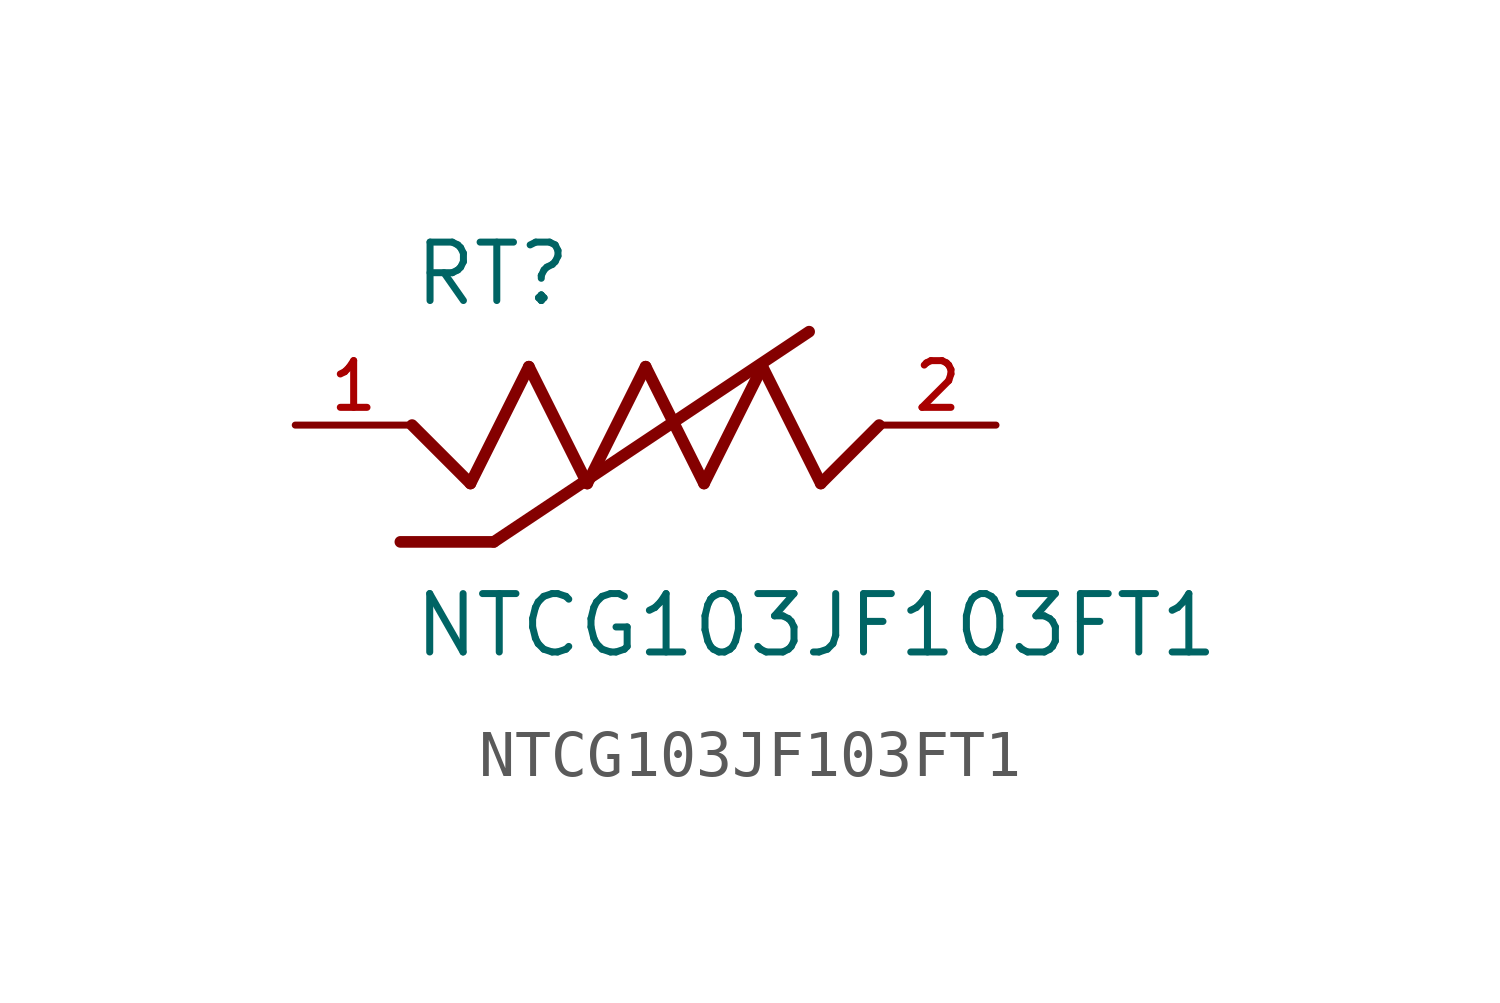
<source format=kicad_sym>
(kicad_symbol_lib
  (version 20211014)
  (generator kicad_symbol_editor)
  (symbol "NTCG103JF103FT1"
    (pin_names
      (offset 1.016))
    (property "Reference" "RT"
      (at -5.091 2.546 0)
      (effects (font (size 1.27 1.27)) (justify bottom left)))
    (property "Value" "NTCG103JF103FT1"
      (at -5.098 -5.098 0)
      (effects (font (size 1.27 1.27)) (justify bottom left)))
    (symbol "NTCG103JF103FT1_0_0"
      (polyline (pts (xy -1.27 -1.27) (xy 0.0 1.27)) (stroke (width 0.254)))
      (polyline (pts (xy 0.0 1.27) (xy 1.27 -1.27)) (stroke (width 0.254)))
      (polyline (pts (xy 1.27 -1.27) (xy 2.54 1.27)) (stroke (width 0.254)))
      (polyline (pts (xy 2.54 1.27) (xy 3.81 -1.27)) (stroke (width 0.254)))
      (polyline (pts (xy 3.81 -1.27) (xy 5.08 0.0)) (stroke (width 0.254)))
      (polyline (pts (xy -1.27 -1.27) (xy -2.54 1.27)) (stroke (width 0.254)))
      (polyline (pts (xy -2.54 1.27) (xy -3.81 -1.27)) (stroke (width 0.254)))
      (polyline (pts (xy -3.81 -1.27) (xy -5.08 0.0)) (stroke (width 0.254)))
      (polyline (pts (xy -3.302 -2.54) (xy 3.556 2.032)) (stroke (width 0.254)))
      (polyline (pts (xy -3.302 -2.54) (xy -5.334 -2.54)) (stroke (width 0.254)))
      (pin passive line (at -7.62 0.0 0) (length 2.54) (name "~" (effects (font (size 1.016 1.016)))) (number "1" (effects (font (size 1.016 1.016)))))
      (pin passive line (at 7.62 0.0 180.0) (length 2.54) (name "~" (effects (font (size 1.016 1.016)))) (number "2" (effects (font (size 1.016 1.016))))))))
</source>
